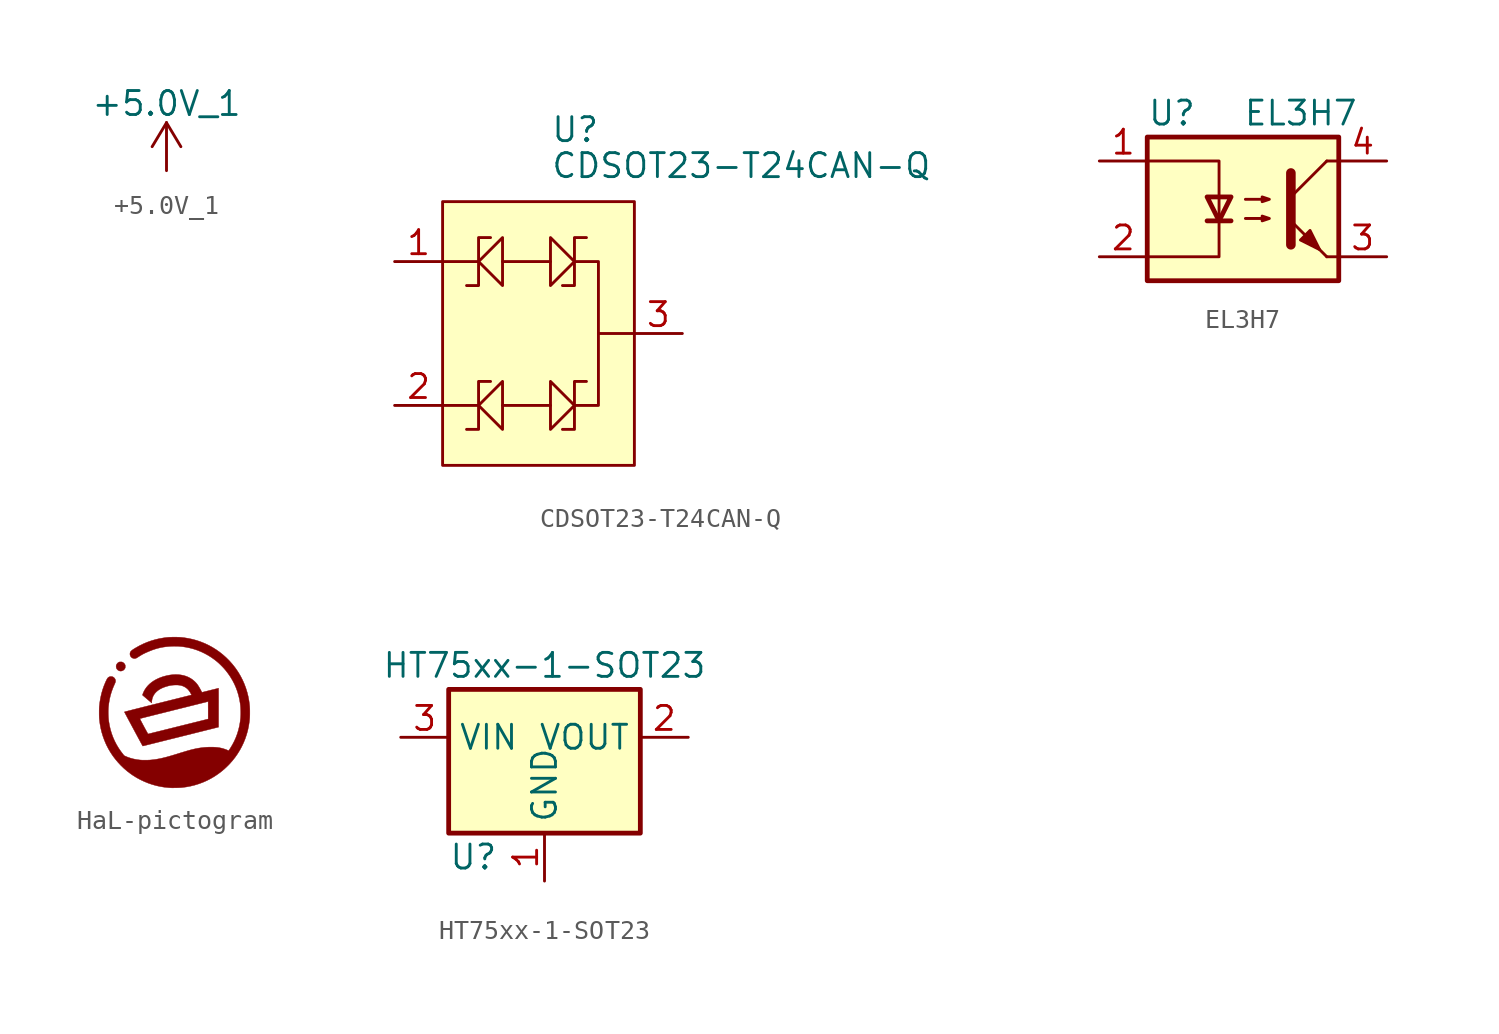
<source format=kicad_sym>
(kicad_symbol_lib
  (version 20241209)
  (generator "kicad_symbol_editor")
  (generator_version "9.0")
  (symbol "+5.0V_1"
    (power)
    (pin_names
      (offset 0))
    (property "Reference" "#PWR"
      (at 0 -3.81 0)
      (effects (font (size 1.27 1.27)) (hide yes)))
    (property "Value" "+5.0V_1"
      (at 0 3.556 0)
      (effects (font (size 1.27 1.27))))
    (symbol "+5.0V_1_0_1"
      (polyline (pts (xy -0.762 1.27) (xy 0 2.54)) (stroke (width 0) (type default)) (fill (type none)))
      (polyline (pts (xy 0 2.54) (xy 0.762 1.27)) (stroke (width 0) (type default)) (fill (type none)))
      (polyline (pts (xy 0 0) (xy 0 2.54)) (stroke (width 0) (type default)) (fill (type none))))
    (symbol "+5.0V_1_1_1"
      (pin power_in line (at 0 0 90) (length 0) (hide yes) (name "+5.0V_1" (effects (font (size 1.27 1.27)))) (number "1" (effects (font (size 1.27 1.27)))))))
  (symbol "CDSOT23-T24CAN-Q"
    (pin_names
      (offset 1.016))
    (property "Reference" "U"
      (at 0.635 10.795 0)
      (effects (font (size 1.27 1.27)) (justify left)))
    (property "Value" "CDSOT23-T24CAN-Q"
      (at 0.635 8.89 0)
      (effects (font (size 1.27 1.27)) (justify left)))
    (symbol "CDSOT23-T24CAN-Q_0_1"
      (rectangle (start -5.08 6.985) (end 5.08 -6.985) (stroke (width 0) (type solid)) (fill (type background)))
      (polyline (pts (xy -3.175 3.81) (xy -5.08 3.81)) (stroke (width 0) (type solid)) (fill (type none)))
      (polyline (pts (xy -3.175 -3.81) (xy -5.08 -3.81)) (stroke (width 0) (type solid)) (fill (type none)))
      (polyline (pts (xy -2.54 -2.54) (xy -3.175 -2.54) (xy -3.175 -5.08) (xy -3.81 -5.08)) (stroke (width 0) (type solid)) (fill (type none)))
      (polyline (pts (xy -1.905 3.81) (xy 0.635 3.81)) (stroke (width 0) (type solid)) (fill (type none)))
      (polyline (pts (xy -1.905 -2.54) (xy -3.175 -3.81) (xy -1.905 -5.08) (xy -1.905 -2.54)) (stroke (width 0) (type solid)) (fill (type none)))
      (polyline (pts (xy -1.905 -3.81) (xy 0.635 -3.81)) (stroke (width 0) (type solid)) (fill (type none)))
      (polyline (pts (xy 1.905 3.81) (xy 3.175 3.81) (xy 3.175 0) (xy 5.08 0)) (stroke (width 0) (type solid)) (fill (type none)))
      (polyline (pts (xy 1.905 -3.81) (xy 3.175 -3.81) (xy 3.175 0)) (stroke (width 0) (type solid)) (fill (type none))))
    (symbol "CDSOT23-T24CAN-Q_1_1"
      (polyline (pts (xy -2.54 5.08) (xy -3.175 5.08) (xy -3.175 2.54) (xy -3.81 2.54)) (stroke (width 0) (type solid)) (fill (type none)))
      (polyline (pts (xy -1.905 5.08) (xy -3.175 3.81) (xy -1.905 2.54) (xy -1.905 5.08)) (stroke (width 0) (type solid)) (fill (type none)))
      (polyline (pts (xy 0.635 2.54) (xy 1.905 3.81) (xy 0.635 5.08) (xy 0.635 2.54)) (stroke (width 0) (type solid)) (fill (type none)))
      (polyline (pts (xy 0.635 -5.08) (xy 1.905 -3.81) (xy 0.635 -2.54) (xy 0.635 -5.08)) (stroke (width 0) (type solid)) (fill (type none)))
      (polyline (pts (xy 1.27 2.54) (xy 1.905 2.54) (xy 1.905 5.08) (xy 2.54 5.08)) (stroke (width 0) (type solid)) (fill (type none)))
      (polyline (pts (xy 1.27 -5.08) (xy 1.905 -5.08) (xy 1.905 -2.54) (xy 2.54 -2.54)) (stroke (width 0) (type solid)) (fill (type none)))
      (pin input line (at -7.62 3.81 0) (length 2.54) (name "~" (effects (font (size 1.27 1.27)))) (number "1" (effects (font (size 1.27 1.27)))))
      (pin input line (at -7.62 -3.81 0) (length 2.54) (name "~" (effects (font (size 1.27 1.27)))) (number "2" (effects (font (size 1.27 1.27)))))
      (pin output line (at 7.62 0 180) (length 2.54) (name "~" (effects (font (size 1.27 1.27)))) (number "3" (effects (font (size 1.27 1.27)))))))
  (symbol "EL3H7"
    (pin_names
      (offset 1.016))
    (property "Reference" "U"
      (at -5.08 5.08 0)
      (effects (font (size 1.27 1.27)) (justify left)))
    (property "Value" "EL3H7"
      (at 0 5.08 0)
      (effects (font (size 1.27 1.27)) (justify left)))
    (symbol "EL3H7_0_1"
      (rectangle (start -5.08 3.81) (end 5.08 -3.81) (stroke (width 0.254) (type solid)) (fill (type background)))
      (polyline (pts (xy -5.08 2.54) (xy -1.27 2.54) (xy -1.27 -0.635)) (stroke (width 0) (type solid)) (fill (type none)))
      (polyline (pts (xy -1.905 -0.635) (xy -0.635 -0.635)) (stroke (width 0.254) (type solid)) (fill (type none)))
      (polyline (pts (xy -1.27 -0.635) (xy -1.905 0.635) (xy -0.635 0.635) (xy -1.27 -0.635)) (stroke (width 0.254) (type solid)) (fill (type none)))
      (polyline (pts (xy -1.27 -0.635) (xy -1.27 -2.54) (xy -5.08 -2.54)) (stroke (width 0) (type solid)) (fill (type none)))
      (polyline (pts (xy 0.127 0.508) (xy 1.397 0.508) (xy 1.016 0.381) (xy 1.016 0.635) (xy 1.397 0.508)) (stroke (width 0) (type solid)) (fill (type none)))
      (polyline (pts (xy 0.127 -0.508) (xy 1.397 -0.508) (xy 1.016 -0.635) (xy 1.016 -0.381) (xy 1.397 -0.508)) (stroke (width 0) (type solid)) (fill (type none)))
      (polyline (pts (xy 2.54 1.905) (xy 2.54 -1.905) (xy 2.54 -1.905)) (stroke (width 0.508) (type solid)) (fill (type none)))
      (polyline (pts (xy 2.54 0.635) (xy 4.445 2.54)) (stroke (width 0) (type solid)) (fill (type none)))
      (polyline (pts (xy 3.048 -1.651) (xy 3.556 -1.143) (xy 4.064 -2.159) (xy 3.048 -1.651) (xy 3.048 -1.651)) (stroke (width 0) (type solid)) (fill (type outline)))
      (polyline (pts (xy 4.445 2.54) (xy 5.08 2.54)) (stroke (width 0) (type solid)) (fill (type none)))
      (polyline (pts (xy 4.445 -2.54) (xy 2.54 -0.635)) (stroke (width 0) (type solid)) (fill (type outline)))
      (polyline (pts (xy 4.445 -2.54) (xy 5.08 -2.54)) (stroke (width 0) (type solid)) (fill (type none))))
    (symbol "EL3H7_1_1"
      (pin passive line (at -7.62 2.54 0) (length 2.54) (name "~" (effects (font (size 1.27 1.27)))) (number "1" (effects (font (size 1.27 1.27)))))
      (pin passive line (at -7.62 -2.54 0) (length 2.54) (name "~" (effects (font (size 1.27 1.27)))) (number "2" (effects (font (size 1.27 1.27)))))
      (pin passive line (at 7.62 2.54 180) (length 2.54) (name "~" (effects (font (size 1.27 1.27)))) (number "4" (effects (font (size 1.27 1.27)))))
      (pin passive line (at 7.62 -2.54 180) (length 2.54) (name "~" (effects (font (size 1.27 1.27)))) (number "3" (effects (font (size 1.27 1.27)))))))
  (symbol "HaL-pictogram"
    (pin_names
      (offset 1.016))
    (property "Reference" "#G"
      (at 0 3.365 0)
      (effects (font (size 1.27 1.27)) (hide yes)))
    (symbol "HaL-pictogram_0_0"
      (polyline (pts (xy -2.787 2.206) (xy -2.738 2.226) (xy -2.693 2.256) (xy -2.656 2.294) (xy -2.627 2.34) (xy -2.625 2.345) (xy -2.617 2.365) (xy -2.613 2.384) (xy -2.611 2.408) (xy -2.61 2.44) (xy -2.61 2.453) (xy -2.611 2.482) (xy -2.614 2.503) (xy -2.62 2.522) (xy -2.629 2.544) (xy -2.634 2.553) (xy -2.664 2.598) (xy -2.704 2.636) (xy -2.75 2.665) (xy -2.759 2.669) (xy -2.779 2.676) (xy -2.798 2.681) (xy -2.821 2.683) (xy -2.853 2.683) (xy -2.862 2.683) (xy -2.892 2.683) (xy -2.914 2.68) (xy -2.933 2.675) (xy -2.953 2.666) (xy -2.964 2.661) (xy -3.009 2.63) (xy -3.046 2.589) (xy -3.075 2.542) (xy -3.085 2.518) (xy -3.092 2.497) (xy -3.095 2.474) (xy -3.096 2.443) (xy -3.094 2.412) (xy -3.084 2.362) (xy -3.064 2.318) (xy -3.033 2.277) (xy -2.999 2.246) (xy -2.951 2.218) (xy -2.9 2.2) (xy -2.892 2.199) (xy -2.839 2.196) (xy -2.787 2.206)) (stroke (width 0.01) (type default)) (fill (type outline)))
      (polyline (pts (xy -1.682 -1.779) (xy -1.67 -1.776) (xy -1.645 -1.77) (xy -1.608 -1.761) (xy -1.56 -1.749) (xy -1.502 -1.735) (xy -1.433 -1.717) (xy -1.354 -1.698) (xy -1.266 -1.676) (xy -1.17 -1.652) (xy -1.065 -1.626) (xy -0.952 -1.598) (xy -0.832 -1.568) (xy -0.705 -1.536) (xy -0.572 -1.503) (xy -0.434 -1.468) (xy -0.289 -1.432) (xy -0.141 -1.395) (xy 0.013 -1.357) (xy 0.17 -1.318) (xy 0.33 -1.278) (xy 2.337 -0.776) (xy 2.338 0.255) (xy 2.338 0.308) (xy 2.338 0.423) (xy 2.339 0.533) (xy 2.339 0.639) (xy 2.338 0.74) (xy 2.338 0.834) (xy 2.338 0.921) (xy 2.338 1.001) (xy 2.338 1.073) (xy 2.337 1.135) (xy 2.337 1.188) (xy 2.337 1.23) (xy 2.336 1.261) (xy 2.336 1.28) (xy 2.335 1.286) (xy 2.333 1.286) (xy 2.319 1.283) (xy 2.294 1.277) (xy 2.259 1.268) (xy 2.215 1.257) (xy 2.162 1.244) (xy 2.103 1.229) (xy 2.038 1.213) (xy 1.967 1.196) (xy 1.893 1.177) (xy 1.853 1.167) (xy 1.781 1.149) (xy 1.714 1.132) (xy 1.652 1.117) (xy 1.596 1.103) (xy 1.549 1.091) (xy 1.51 1.082) (xy 1.481 1.075) (xy 1.463 1.07) (xy 1.456 1.069) (xy 1.455 1.072) (xy 1.448 1.085) (xy 1.436 1.106) (xy 1.42 1.136) (xy 1.401 1.171) (xy 1.38 1.21) (xy 1.35 1.266) (xy 1.309 1.338) (xy 1.27 1.401) (xy 1.234 1.457) (xy 1.197 1.507) (xy 1.159 1.553) (xy 1.119 1.597) (xy 1.075 1.64) (xy 1.046 1.667) (xy 0.947 1.749) (xy 0.839 1.819) (xy 0.725 1.879) (xy 0.604 1.928) (xy 0.476 1.966) (xy 0.343 1.992) (xy 0.204 2.008) (xy 0.061 2.013) (xy -0.088 2.006) (xy -0.24 1.988) (xy -0.397 1.958) (xy -0.557 1.918) (xy -0.679 1.879) (xy -0.824 1.823) (xy -0.96 1.759) (xy -1.087 1.688) (xy -1.203 1.609) (xy -1.31 1.523) (xy -1.405 1.43) (xy -1.49 1.331) (xy -1.563 1.225) (xy -1.626 1.112) (xy -1.676 0.994) (xy -1.684 0.972) (xy -1.692 0.948) (xy -1.696 0.932) (xy -1.696 0.922) (xy -1.692 0.917) (xy -1.687 0.912) (xy -1.672 0.899) (xy -1.649 0.879) (xy -1.618 0.853) (xy -1.582 0.822) (xy -1.54 0.787) (xy -1.495 0.748) (xy -1.447 0.707) (xy -1.21 0.506) (xy -1.208 0.538) (xy -1.208 0.544) (xy -1.204 0.599) (xy -1.196 0.655) (xy -1.187 0.708) (xy -1.176 0.753) (xy -1.169 0.775) (xy -1.133 0.866) (xy -1.084 0.952) (xy -1.024 1.032) (xy -0.952 1.106) (xy -0.869 1.174) (xy -0.774 1.236) (xy -0.668 1.291) (xy -0.551 1.34) (xy -0.423 1.382) (xy -0.363 1.399) (xy -0.279 1.42) (xy -0.201 1.436) (xy -0.125 1.447) (xy -0.045 1.454) (xy 0.04 1.458) (xy 0.111 1.459) (xy 0.2 1.455) (xy 0.281 1.445) (xy 0.356 1.429) (xy 0.427 1.407) (xy 0.497 1.377) (xy 0.544 1.353) (xy 0.597 1.321) (xy 0.647 1.284) (xy 0.699 1.237) (xy 0.726 1.21) (xy 0.775 1.149) (xy 0.824 1.077) (xy 0.872 0.993) (xy 0.906 0.929) (xy -0.877 0.483) (xy -0.96 0.462) (xy -1.145 0.416) (xy -1.321 0.372) (xy -1.487 0.33) (xy -1.643 0.291) (xy -1.788 0.254) (xy -1.923 0.22) (xy -2.047 0.189) (xy -2.161 0.16) (xy -2.263 0.134) (xy -2.354 0.11) (xy -2.434 0.09) (xy -2.502 0.072) (xy -2.558 0.058) (xy -2.602 0.046) (xy -2.633 0.037) (xy -2.652 0.032) (xy -2.659 0.029) (xy -2.658 0.028) (xy -2.652 0.017) (xy -2.641 -0.004) (xy -2.624 -0.036) (xy -2.602 -0.078) (xy -2.575 -0.129) (xy -2.544 -0.187) (xy -2.509 -0.254) (xy -2.469 -0.327) (xy -2.469 -0.328) (xy -1.835 -0.328) (xy -1.834 -0.325) (xy -1.829 -0.324) (xy -1.812 -0.319) (xy -1.783 -0.312) (xy -1.743 -0.302) (xy -1.692 -0.289) (xy -1.632 -0.274) (xy -1.562 -0.256) (xy -1.484 -0.236) (xy -1.397 -0.215) (xy -1.304 -0.191) (xy -1.204 -0.166) (xy -1.097 -0.139) (xy -0.985 -0.111) (xy -0.869 -0.082) (xy -0.748 -0.052) (xy -0.623 -0.021) (xy -0.496 0.011) (xy -0.366 0.044) (xy -0.235 0.076) (xy -0.103 0.11) (xy 0.029 0.143) (xy 0.162 0.176) (xy 0.293 0.209) (xy 0.423 0.241) (xy 0.551 0.273) (xy 0.676 0.304) (xy 0.797 0.335) (xy 0.915 0.364) (xy 1.027 0.392) (xy 1.135 0.419) (xy 1.236 0.444) (xy 1.331 0.468) (xy 1.419 0.49) (xy 1.498 0.51) (xy 1.57 0.527) (xy 1.632 0.543) (xy 1.684 0.556) (xy 1.726 0.566) (xy 1.757 0.574) (xy 1.776 0.579) (xy 1.783 0.58) (xy 1.784 0.577) (xy 1.784 0.562) (xy 1.785 0.535) (xy 1.785 0.498) (xy 1.786 0.452) (xy 1.786 0.398) (xy 1.786 0.336) (xy 1.786 0.267) (xy 1.787 0.194) (xy 1.787 0.117) (xy 1.787 -0.346) (xy 1.762 -0.353) (xy 1.762 -0.353) (xy 1.752 -0.355) (xy 1.731 -0.361) (xy 1.697 -0.369) (xy 1.653 -0.38) (xy 1.598 -0.394) (xy 1.532 -0.41) (xy 1.458 -0.429) (xy 1.374 -0.45) (xy 1.282 -0.473) (xy 1.182 -0.498) (xy 1.075 -0.524) (xy 0.961 -0.553) (xy 0.841 -0.583) (xy 0.716 -0.614) (xy 0.586 -0.646) (xy 0.451 -0.68) (xy 0.313 -0.714) (xy 0.171 -0.75) (xy 0.161 -0.752) (xy 0.02 -0.787) (xy -0.118 -0.822) (xy -0.252 -0.855) (xy -0.381 -0.887) (xy -0.505 -0.918) (xy -0.624 -0.948) (xy -0.737 -0.976) (xy -0.842 -1.002) (xy -0.94 -1.026) (xy -1.031 -1.048) (xy -1.113 -1.069) (xy -1.186 -1.087) (xy -1.249 -1.103) (xy -1.302 -1.116) (xy -1.345 -1.126) (xy -1.376 -1.134) (xy -1.395 -1.138) (xy -1.403 -1.14) (xy -1.405 -1.138) (xy -1.413 -1.125) (xy -1.426 -1.102) (xy -1.444 -1.07) (xy -1.467 -1.029) (xy -1.494 -0.981) (xy -1.523 -0.927) (xy -1.556 -0.867) (xy -1.591 -0.803) (xy -1.627 -0.735) (xy -1.646 -0.699) (xy -1.687 -0.623) (xy -1.722 -0.557) (xy -1.751 -0.502) (xy -1.776 -0.455) (xy -1.795 -0.417) (xy -1.81 -0.387) (xy -1.822 -0.363) (xy -1.829 -0.346) (xy -1.833 -0.335) (xy -1.835 -0.328) (xy -2.469 -0.328) (xy -2.427 -0.407) (xy -2.381 -0.492) (xy -2.333 -0.583) (xy -2.282 -0.678) (xy -2.229 -0.777) (xy -2.174 -0.879) (xy -2.153 -0.918) (xy -2.099 -1.019) (xy -2.047 -1.116) (xy -1.996 -1.21) (xy -1.949 -1.298) (xy -1.904 -1.381) (xy -1.862 -1.458) (xy -1.824 -1.528) (xy -1.79 -1.591) (xy -1.76 -1.646) (xy -1.734 -1.692) (xy -1.713 -1.73) (xy -1.698 -1.757) (xy -1.688 -1.774) (xy -1.684 -1.78) (xy -1.682 -1.779)) (stroke (width 0.01) (type default)) (fill (type outline)))
      (polyline (pts (xy -0.084 -3.998) (xy -0.033 -3.997) (xy 0.023 -3.997) (xy 0.081 -3.995) (xy 0.139 -3.994) (xy 0.196 -3.992) (xy 0.249 -3.99) (xy 0.295 -3.988) (xy 0.334 -3.986) (xy 0.363 -3.984) (xy 0.391 -3.981) (xy 0.623 -3.951) (xy 0.852 -3.908) (xy 1.075 -3.853) (xy 1.294 -3.785) (xy 1.508 -3.705) (xy 1.716 -3.614) (xy 1.918 -3.51) (xy 2.115 -3.395) (xy 2.304 -3.268) (xy 2.488 -3.13) (xy 2.664 -2.981) (xy 2.833 -2.82) (xy 2.912 -2.739) (xy 3.065 -2.567) (xy 3.208 -2.388) (xy 3.339 -2.201) (xy 3.459 -2.008) (xy 3.567 -1.809) (xy 3.664 -1.605) (xy 3.749 -1.395) (xy 3.822 -1.18) (xy 3.883 -0.962) (xy 3.931 -0.739) (xy 3.966 -0.514) (xy 3.967 -0.506) (xy 3.975 -0.439) (xy 3.982 -0.379) (xy 3.987 -0.322) (xy 3.991 -0.267) (xy 3.993 -0.21) (xy 3.995 -0.149) (xy 3.996 -0.08) (xy 3.996 0) (xy 3.996 0.009) (xy 3.996 0.088) (xy 3.995 0.156) (xy 3.993 0.217) (xy 3.99 0.273) (xy 3.987 0.328) (xy 3.981 0.385) (xy 3.975 0.446) (xy 3.966 0.514) (xy 3.95 0.628) (xy 3.909 0.851) (xy 3.854 1.071) (xy 3.787 1.288) (xy 3.708 1.501) (xy 3.617 1.709) (xy 3.514 1.911) (xy 3.4 2.108) (xy 3.274 2.297) (xy 3.198 2.401) (xy 3.054 2.581) (xy 2.901 2.752) (xy 2.739 2.913) (xy 2.569 3.064) (xy 2.392 3.205) (xy 2.207 3.335) (xy 2.016 3.454) (xy 1.818 3.563) (xy 1.614 3.66) (xy 1.404 3.745) (xy 1.19 3.819) (xy 0.971 3.88) (xy 0.747 3.929) (xy 0.52 3.966) (xy 0.502 3.968) (xy 0.438 3.976) (xy 0.38 3.982) (xy 0.324 3.987) (xy 0.268 3.991) (xy 0.209 3.994) (xy 0.145 3.995) (xy 0.073 3.996) (xy -0.01 3.996) (xy -0.026 3.996) (xy -0.11 3.996) (xy -0.183 3.994) (xy -0.249 3.992) (xy -0.31 3.989) (xy -0.37 3.984) (xy -0.432 3.978) (xy -0.497 3.97) (xy -0.569 3.959) (xy -0.788 3.922) (xy -1.011 3.87) (xy -1.231 3.806) (xy -1.447 3.729) (xy -1.658 3.64) (xy -1.864 3.539) (xy -2.063 3.426) (xy -2.124 3.39) (xy -2.18 3.354) (xy -2.226 3.323) (xy -2.263 3.295) (xy -2.293 3.269) (xy -2.316 3.244) (xy -2.333 3.22) (xy -2.345 3.195) (xy -2.354 3.168) (xy -2.36 3.138) (xy -2.363 3.107) (xy -2.358 3.052) (xy -2.34 2.999) (xy -2.309 2.949) (xy -2.282 2.921) (xy -2.244 2.895) (xy -2.2 2.875) (xy -2.154 2.864) (xy -2.11 2.862) (xy -2.084 2.866) (xy -2.058 2.872) (xy -2.032 2.881) (xy -2.003 2.895) (xy -1.969 2.916) (xy -1.927 2.943) (xy -1.899 2.961) (xy -1.814 3.015) (xy -1.732 3.063) (xy -1.651 3.108) (xy -1.565 3.15) (xy -1.47 3.193) (xy -1.338 3.25) (xy -1.185 3.31) (xy -1.036 3.361) (xy -0.89 3.404) (xy -0.745 3.439) (xy -0.598 3.467) (xy -0.447 3.488) (xy -0.289 3.503) (xy -0.123 3.513) (xy -0.014 3.515) (xy 0.197 3.511) (xy 0.407 3.493) (xy 0.615 3.462) (xy 0.821 3.419) (xy 1.024 3.364) (xy 1.224 3.297) (xy 1.419 3.217) (xy 1.609 3.126) (xy 1.794 3.024) (xy 1.973 2.91) (xy 2.145 2.786) (xy 2.31 2.651) (xy 2.321 2.642) (xy 2.365 2.601) (xy 2.414 2.554) (xy 2.466 2.503) (xy 2.519 2.45) (xy 2.569 2.398) (xy 2.615 2.349) (xy 2.652 2.307) (xy 2.709 2.24) (xy 2.843 2.067) (xy 2.966 1.888) (xy 3.076 1.704) (xy 3.175 1.514) (xy 3.261 1.318) (xy 3.335 1.117) (xy 3.397 0.911) (xy 3.446 0.7) (xy 3.483 0.483) (xy 3.484 0.475) (xy 3.496 0.375) (xy 3.505 0.265) (xy 3.511 0.15) (xy 3.514 0.033) (xy 3.514 -0.082) (xy 3.51 -0.192) (xy 3.504 -0.293) (xy 3.48 -0.503) (xy 3.443 -0.717) (xy 3.393 -0.925) (xy 3.331 -1.129) (xy 3.257 -1.328) (xy 3.17 -1.523) (xy 3.07 -1.714) (xy 2.958 -1.901) (xy 2.947 -1.917) (xy 2.926 -1.948) (xy 2.908 -1.976) (xy 2.894 -1.997) (xy 2.885 -2.009) (xy 2.87 -2.027) (xy 2.807 -1.998) (xy 2.803 -1.996) (xy 2.763 -1.979) (xy 2.714 -1.96) (xy 2.659 -1.941) (xy 2.604 -1.923) (xy 2.551 -1.907) (xy 2.503 -1.894) (xy 2.498 -1.893) (xy 2.388 -1.87) (xy 2.268 -1.853) (xy 2.139 -1.842) (xy 2.003 -1.837) (xy 1.861 -1.837) (xy 1.716 -1.843) (xy 1.567 -1.854) (xy 1.418 -1.871) (xy 1.27 -1.893) (xy 1.123 -1.921) (xy 1.104 -1.925) (xy 1.052 -1.937) (xy 0.999 -1.949) (xy 0.946 -1.962) (xy 0.89 -1.976) (xy 0.831 -1.991) (xy 0.768 -2.009) (xy 0.7 -2.028) (xy 0.625 -2.05) (xy 0.543 -2.074) (xy 0.453 -2.102) (xy 0.353 -2.132) (xy 0.242 -2.166) (xy 0.12 -2.204) (xy -0.007 -2.243) (xy -0.157 -2.288) (xy -0.296 -2.328) (xy -0.427 -2.364) (xy -0.549 -2.395) (xy -0.666 -2.423) (xy -0.776 -2.447) (xy -0.883 -2.467) (xy -0.986 -2.485) (xy -1.088 -2.499) (xy -1.189 -2.511) (xy -1.29 -2.521) (xy -1.32 -2.523) (xy -1.371 -2.525) (xy -1.429 -2.527) (xy -1.491 -2.528) (xy -1.556 -2.528) (xy -1.621 -2.528) (xy -1.682 -2.527) (xy -1.738 -2.526) (xy -1.786 -2.523) (xy -1.823 -2.521) (xy -1.996 -2.498) (xy -2.164 -2.466) (xy -2.324 -2.424) (xy -2.474 -2.374) (xy -2.615 -2.314) (xy -2.673 -2.286) (xy -2.748 -2.191) (xy -2.843 -2.067) (xy -2.966 -1.888) (xy -3.076 -1.704) (xy -3.175 -1.513) (xy -3.261 -1.318) (xy -3.335 -1.117) (xy -3.397 -0.911) (xy -3.446 -0.699) (xy -3.483 -0.483) (xy -3.484 -0.479) (xy -3.496 -0.378) (xy -3.505 -0.267) (xy -3.511 -0.15) (xy -3.514 -0.032) (xy -3.514 0.084) (xy -3.51 0.195) (xy -3.503 0.297) (xy -3.482 0.483) (xy -3.447 0.691) (xy -3.4 0.895) (xy -3.341 1.095) (xy -3.269 1.294) (xy -3.184 1.492) (xy -3.17 1.522) (xy -3.153 1.562) (xy -3.14 1.594) (xy -3.133 1.621) (xy -3.128 1.645) (xy -3.127 1.668) (xy -3.129 1.693) (xy -3.131 1.715) (xy -3.144 1.76) (xy -3.167 1.801) (xy -3.201 1.841) (xy -3.214 1.853) (xy -3.256 1.883) (xy -3.302 1.901) (xy -3.355 1.908) (xy -3.368 1.908) (xy -3.406 1.906) (xy -3.44 1.898) (xy -3.475 1.883) (xy -3.495 1.871) (xy -3.516 1.857) (xy -3.534 1.839) (xy -3.553 1.817) (xy -3.571 1.789) (xy -3.591 1.753) (xy -3.614 1.708) (xy -3.641 1.651) (xy -3.657 1.617) (xy -3.74 1.418) (xy -3.812 1.213) (xy -3.873 1) (xy -3.922 0.781) (xy -3.961 0.554) (xy -3.988 0.32) (xy -3.99 0.285) (xy -3.993 0.235) (xy -3.994 0.176) (xy -3.996 0.111) (xy -3.996 0.041) (xy -3.996 -0.029) (xy -3.996 -0.099) (xy -3.995 -0.166) (xy -3.993 -0.226) (xy -3.991 -0.278) (xy -3.988 -0.32) (xy -3.983 -0.371) (xy -3.955 -0.599) (xy -3.915 -0.82) (xy -3.864 -1.037) (xy -3.8 -1.249) (xy -3.725 -1.459) (xy -3.637 -1.667) (xy -3.605 -1.736) (xy -3.504 -1.931) (xy -3.391 -2.122) (xy -3.267 -2.307) (xy -3.132 -2.485) (xy -2.987 -2.657) (xy -2.833 -2.821) (xy -2.67 -2.976) (xy -2.499 -3.122) (xy -2.32 -3.257) (xy -2.2 -3.34) (xy -2.01 -3.458) (xy -1.812 -3.565) (xy -1.609 -3.661) (xy -1.402 -3.746) (xy -1.19 -3.819) (xy -0.975 -3.88) (xy -0.758 -3.928) (xy -0.539 -3.964) (xy -0.32 -3.986) (xy -0.31 -3.987) (xy -0.273 -3.99) (xy -0.239 -3.993) (xy -0.211 -3.995) (xy -0.193 -3.996) (xy -0.189 -3.996) (xy -0.164 -3.997) (xy -0.128 -3.998) (xy -0.084 -3.998)) (stroke (width 0.01) (type default)) (fill (type outline)))))
  (symbol "HT75xx-1-SOT23"
    (property "Reference" "U"
      (at -5.08 -3.81 0)
      (effects (font (size 1.27 1.27)) (justify left)))
    (property "Value" "HT75xx-1-SOT23"
      (at 0 6.35 0)
      (effects (font (size 1.27 1.27))))
    (symbol "HT75xx-1-SOT23_0_1"
      (rectangle (start -5.08 5.08) (end 5.08 -2.54) (stroke (width 0.254) (type solid)) (fill (type background))))
    (symbol "HT75xx-1-SOT23_1_1"
      (pin power_in line (at -7.62 2.54 0) (length 2.54) (name "VIN" (effects (font (size 1.27 1.27)))) (number "3" (effects (font (size 1.27 1.27)))))
      (pin power_in line (at 0 -5.08 90) (length 2.54) (name "GND" (effects (font (size 1.27 1.27)))) (number "1" (effects (font (size 1.27 1.27)))))
      (pin power_out line (at 7.62 2.54 180) (length 2.54) (name "VOUT" (effects (font (size 1.27 1.27)))) (number "2" (effects (font (size 1.27 1.27))))))))
</source>
